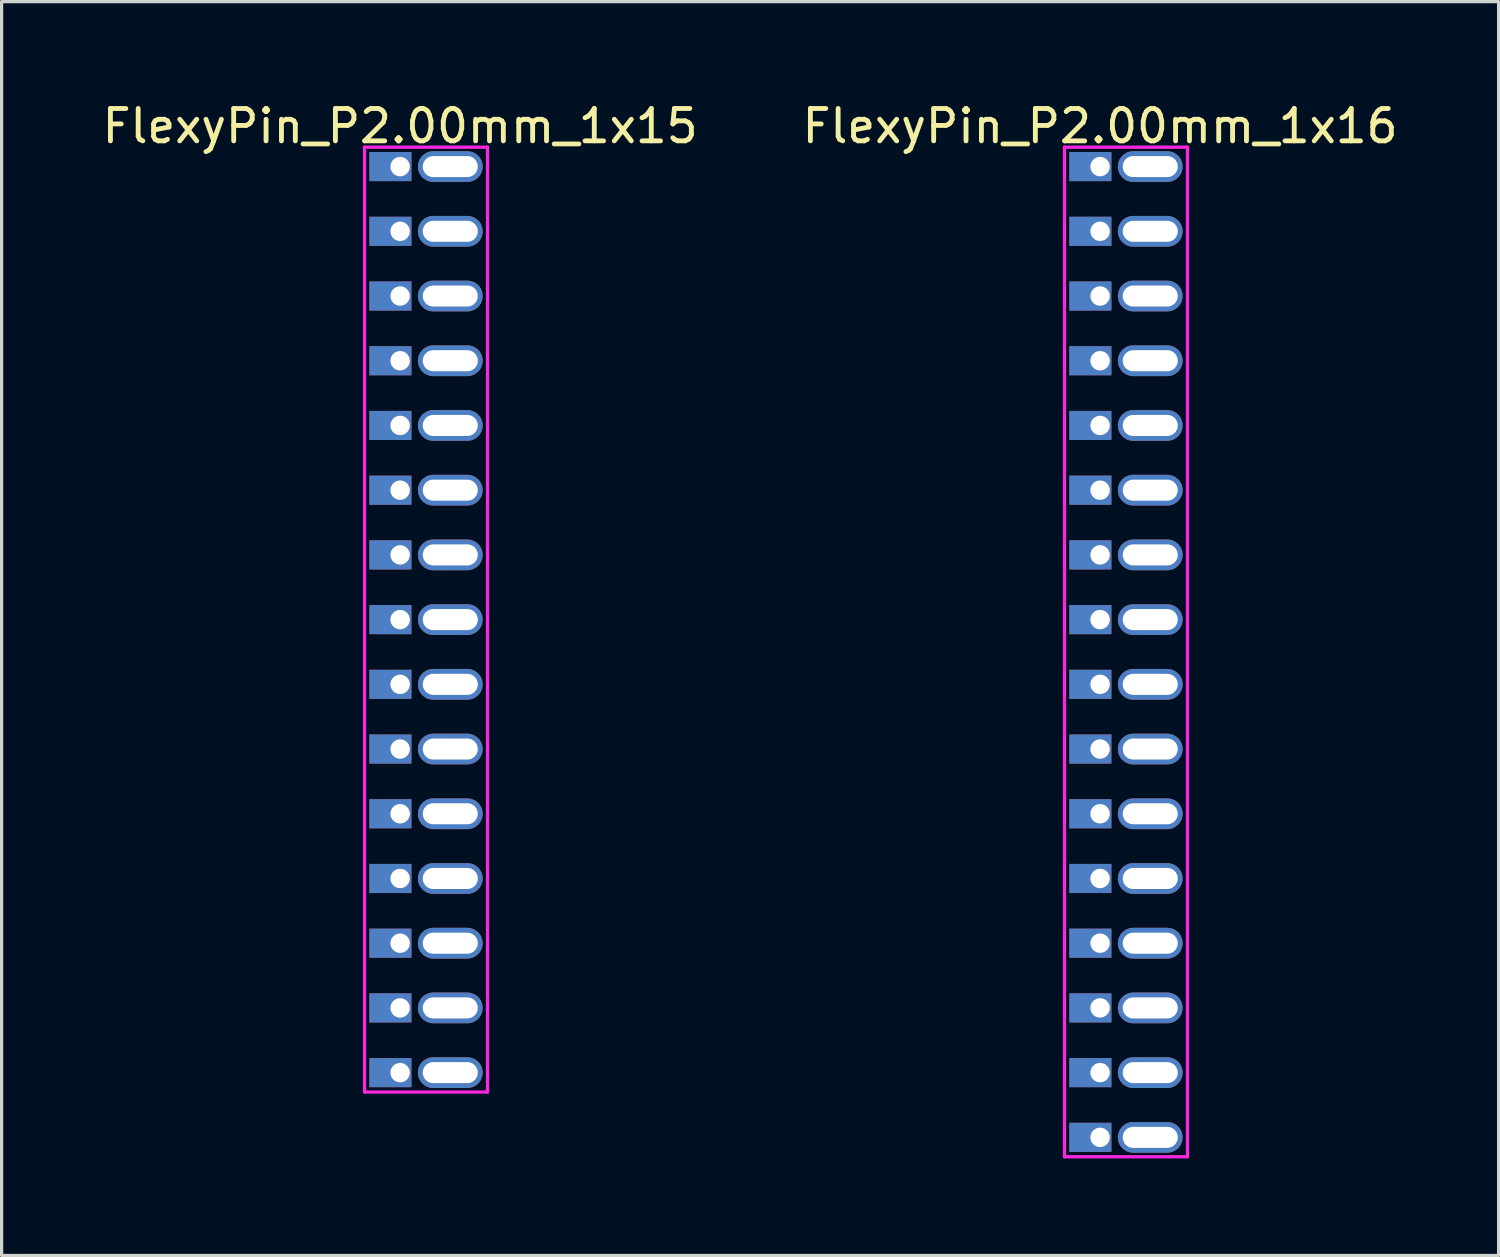
<source format=kicad_pcb>
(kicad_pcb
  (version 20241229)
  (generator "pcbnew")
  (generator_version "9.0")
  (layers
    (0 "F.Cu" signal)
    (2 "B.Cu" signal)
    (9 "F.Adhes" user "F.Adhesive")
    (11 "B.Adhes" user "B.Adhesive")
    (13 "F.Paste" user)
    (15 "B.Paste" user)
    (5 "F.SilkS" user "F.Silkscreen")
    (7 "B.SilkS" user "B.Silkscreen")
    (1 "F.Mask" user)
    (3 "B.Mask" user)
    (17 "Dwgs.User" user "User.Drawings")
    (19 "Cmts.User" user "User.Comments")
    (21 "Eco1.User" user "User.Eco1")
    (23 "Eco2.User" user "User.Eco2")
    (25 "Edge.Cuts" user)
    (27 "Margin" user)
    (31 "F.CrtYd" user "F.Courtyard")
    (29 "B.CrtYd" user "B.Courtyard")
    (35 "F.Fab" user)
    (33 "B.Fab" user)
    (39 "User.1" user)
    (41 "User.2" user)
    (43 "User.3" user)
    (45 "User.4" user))
  (footprint "FlexyPin_P2.00mm_1x15"
    (layer "F.Cu")
    (at 9.315 2.098)
    (property "Reference" "FlexyPin_P2.00mm_1x15" (at 0 -1.25 0) (layer "F.SilkS") (effects (font (size 1 1) (thickness 0.15))))
    (attr through_hole)
    (fp_line (start -1.1 -0.6) (end 2.7 -0.6) (stroke (width 0.1) (type solid)) (layer "F.CrtYd"))
    (fp_line (start -1.1 28.6) (end -1.1 -0.6) (stroke (width 0.1) (type solid)) (layer "F.CrtYd"))
    (fp_line (start 2.7 -0.6) (end 2.7 28.6) (stroke (width 0.1) (type solid)) (layer "F.CrtYd"))
    (fp_line (start 2.7 28.6) (end -1.1 28.6) (stroke (width 0.1) (type solid)) (layer "F.CrtYd"))
    (pad "" thru_hole oval (at 1.55 0) (size 2 0.95) (drill oval 1.7 0.65) (layers "*.Cu" "*.Mask"))
    (pad "" thru_hole oval (at 1.55 2) (size 2 0.95) (drill oval 1.7 0.65) (layers "*.Cu" "*.Mask"))
    (pad "" thru_hole oval (at 1.55 4) (size 2 0.95) (drill oval 1.7 0.65) (layers "*.Cu" "*.Mask"))
    (pad "" thru_hole oval (at 1.55 6) (size 2 0.95) (drill oval 1.7 0.65) (layers "*.Cu" "*.Mask"))
    (pad "" thru_hole oval (at 1.55 8) (size 2 0.95) (drill oval 1.7 0.65) (layers "*.Cu" "*.Mask"))
    (pad "" thru_hole oval (at 1.55 10) (size 2 0.95) (drill oval 1.7 0.65) (layers "*.Cu" "*.Mask"))
    (pad "" thru_hole oval (at 1.55 12) (size 2 0.95) (drill oval 1.7 0.65) (layers "*.Cu" "*.Mask"))
    (pad "" thru_hole oval (at 1.55 14) (size 2 0.95) (drill oval 1.7 0.65) (layers "*.Cu" "*.Mask"))
    (pad "" thru_hole oval (at 1.55 16) (size 2 0.95) (drill oval 1.7 0.65) (layers "*.Cu" "*.Mask"))
    (pad "" thru_hole oval (at 1.55 18) (size 2 0.95) (drill oval 1.7 0.65) (layers "*.Cu" "*.Mask"))
    (pad "" thru_hole oval (at 1.55 20) (size 2 0.95) (drill oval 1.7 0.65) (layers "*.Cu" "*.Mask"))
    (pad "" thru_hole oval (at 1.55 22) (size 2 0.95) (drill oval 1.7 0.65) (layers "*.Cu" "*.Mask"))
    (pad "" thru_hole oval (at 1.55 24) (size 2 0.95) (drill oval 1.7 0.65) (layers "*.Cu" "*.Mask"))
    (pad "" thru_hole oval (at 1.55 26) (size 2 0.95) (drill oval 1.7 0.65) (layers "*.Cu" "*.Mask"))
    (pad "" thru_hole oval (at 1.55 28) (size 2 0.95) (drill oval 1.7 0.65) (layers "*.Cu" "*.Mask"))
    (pad "1" thru_hole rect (at 0 0) (size 1.3 0.9) (drill 0.6 (offset -0.3 0)) (layers "*.Cu" "*.Mask"))
    (pad "2" thru_hole rect (at 0 2) (size 1.3 0.9) (drill 0.6 (offset -0.3 0)) (layers "*.Cu" "*.Mask"))
    (pad "3" thru_hole rect (at 0 4) (size 1.3 0.9) (drill 0.6 (offset -0.3 0)) (layers "*.Cu" "*.Mask"))
    (pad "4" thru_hole rect (at 0 6) (size 1.3 0.9) (drill 0.6 (offset -0.3 0)) (layers "*.Cu" "*.Mask"))
    (pad "5" thru_hole rect (at 0 8) (size 1.3 0.9) (drill 0.6 (offset -0.3 0)) (layers "*.Cu" "*.Mask"))
    (pad "6" thru_hole rect (at 0 10) (size 1.3 0.9) (drill 0.6 (offset -0.3 0)) (layers "*.Cu" "*.Mask"))
    (pad "7" thru_hole rect (at 0 12) (size 1.3 0.9) (drill 0.6 (offset -0.3 0)) (layers "*.Cu" "*.Mask"))
    (pad "8" thru_hole rect (at 0 14) (size 1.3 0.9) (drill 0.6 (offset -0.3 0)) (layers "*.Cu" "*.Mask"))
    (pad "9" thru_hole rect (at 0 16) (size 1.3 0.9) (drill 0.6 (offset -0.3 0)) (layers "*.Cu" "*.Mask"))
    (pad "10" thru_hole rect (at 0 18) (size 1.3 0.9) (drill 0.6 (offset -0.3 0)) (layers "*.Cu" "*.Mask"))
    (pad "11" thru_hole rect (at 0 20) (size 1.3 0.9) (drill 0.6 (offset -0.3 0)) (layers "*.Cu" "*.Mask"))
    (pad "12" thru_hole rect (at 0 22) (size 1.3 0.9) (drill 0.6 (offset -0.3 0)) (layers "*.Cu" "*.Mask"))
    (pad "13" thru_hole rect (at 0 24) (size 1.3 0.9) (drill 0.6 (offset -0.3 0)) (layers "*.Cu" "*.Mask"))
    (pad "14" thru_hole rect (at 0 26) (size 1.3 0.9) (drill 0.6 (offset -0.3 0)) (layers "*.Cu" "*.Mask"))
    (pad "15" thru_hole rect (at 0 28) (size 1.3 0.9) (drill 0.6 (offset -0.3 0)) (layers "*.Cu" "*.Mask")))
  (footprint "FlexyPin_P2.00mm_1x16"
    (layer "F.Cu")
    (at 30.946 2.098)
    (property "Reference" "FlexyPin_P2.00mm_1x16" (at 0 -1.25 0) (layer "F.SilkS") (effects (font (size 1 1) (thickness 0.15))))
    (attr through_hole)
    (fp_line (start -1.1 -0.6) (end 2.7 -0.6) (stroke (width 0.1) (type solid)) (layer "F.CrtYd"))
    (fp_line (start -1.1 30.6) (end -1.1 -0.6) (stroke (width 0.1) (type solid)) (layer "F.CrtYd"))
    (fp_line (start 2.7 -0.6) (end 2.7 30.6) (stroke (width 0.1) (type solid)) (layer "F.CrtYd"))
    (fp_line (start 2.7 30.6) (end -1.1 30.6) (stroke (width 0.1) (type solid)) (layer "F.CrtYd"))
    (pad "" thru_hole oval (at 1.55 0) (size 2 0.95) (drill oval 1.7 0.65) (layers "*.Cu" "*.Mask"))
    (pad "" thru_hole oval (at 1.55 2) (size 2 0.95) (drill oval 1.7 0.65) (layers "*.Cu" "*.Mask"))
    (pad "" thru_hole oval (at 1.55 4) (size 2 0.95) (drill oval 1.7 0.65) (layers "*.Cu" "*.Mask"))
    (pad "" thru_hole oval (at 1.55 6) (size 2 0.95) (drill oval 1.7 0.65) (layers "*.Cu" "*.Mask"))
    (pad "" thru_hole oval (at 1.55 8) (size 2 0.95) (drill oval 1.7 0.65) (layers "*.Cu" "*.Mask"))
    (pad "" thru_hole oval (at 1.55 10) (size 2 0.95) (drill oval 1.7 0.65) (layers "*.Cu" "*.Mask"))
    (pad "" thru_hole oval (at 1.55 12) (size 2 0.95) (drill oval 1.7 0.65) (layers "*.Cu" "*.Mask"))
    (pad "" thru_hole oval (at 1.55 14) (size 2 0.95) (drill oval 1.7 0.65) (layers "*.Cu" "*.Mask"))
    (pad "" thru_hole oval (at 1.55 16) (size 2 0.95) (drill oval 1.7 0.65) (layers "*.Cu" "*.Mask"))
    (pad "" thru_hole oval (at 1.55 18) (size 2 0.95) (drill oval 1.7 0.65) (layers "*.Cu" "*.Mask"))
    (pad "" thru_hole oval (at 1.55 20) (size 2 0.95) (drill oval 1.7 0.65) (layers "*.Cu" "*.Mask"))
    (pad "" thru_hole oval (at 1.55 22) (size 2 0.95) (drill oval 1.7 0.65) (layers "*.Cu" "*.Mask"))
    (pad "" thru_hole oval (at 1.55 24) (size 2 0.95) (drill oval 1.7 0.65) (layers "*.Cu" "*.Mask"))
    (pad "" thru_hole oval (at 1.55 26) (size 2 0.95) (drill oval 1.7 0.65) (layers "*.Cu" "*.Mask"))
    (pad "" thru_hole oval (at 1.55 28) (size 2 0.95) (drill oval 1.7 0.65) (layers "*.Cu" "*.Mask"))
    (pad "" thru_hole oval (at 1.55 30) (size 2 0.95) (drill oval 1.7 0.65) (layers "*.Cu" "*.Mask"))
    (pad "1" thru_hole rect (at 0 0) (size 1.3 0.9) (drill 0.6 (offset -0.3 0)) (layers "*.Cu" "*.Mask"))
    (pad "2" thru_hole rect (at 0 2) (size 1.3 0.9) (drill 0.6 (offset -0.3 0)) (layers "*.Cu" "*.Mask"))
    (pad "3" thru_hole rect (at 0 4) (size 1.3 0.9) (drill 0.6 (offset -0.3 0)) (layers "*.Cu" "*.Mask"))
    (pad "4" thru_hole rect (at 0 6) (size 1.3 0.9) (drill 0.6 (offset -0.3 0)) (layers "*.Cu" "*.Mask"))
    (pad "5" thru_hole rect (at 0 8) (size 1.3 0.9) (drill 0.6 (offset -0.3 0)) (layers "*.Cu" "*.Mask"))
    (pad "6" thru_hole rect (at 0 10) (size 1.3 0.9) (drill 0.6 (offset -0.3 0)) (layers "*.Cu" "*.Mask"))
    (pad "7" thru_hole rect (at 0 12) (size 1.3 0.9) (drill 0.6 (offset -0.3 0)) (layers "*.Cu" "*.Mask"))
    (pad "8" thru_hole rect (at 0 14) (size 1.3 0.9) (drill 0.6 (offset -0.3 0)) (layers "*.Cu" "*.Mask"))
    (pad "9" thru_hole rect (at 0 16) (size 1.3 0.9) (drill 0.6 (offset -0.3 0)) (layers "*.Cu" "*.Mask"))
    (pad "10" thru_hole rect (at 0 18) (size 1.3 0.9) (drill 0.6 (offset -0.3 0)) (layers "*.Cu" "*.Mask"))
    (pad "11" thru_hole rect (at 0 20) (size 1.3 0.9) (drill 0.6 (offset -0.3 0)) (layers "*.Cu" "*.Mask"))
    (pad "12" thru_hole rect (at 0 22) (size 1.3 0.9) (drill 0.6 (offset -0.3 0)) (layers "*.Cu" "*.Mask"))
    (pad "13" thru_hole rect (at 0 24) (size 1.3 0.9) (drill 0.6 (offset -0.3 0)) (layers "*.Cu" "*.Mask"))
    (pad "14" thru_hole rect (at 0 26) (size 1.3 0.9) (drill 0.6 (offset -0.3 0)) (layers "*.Cu" "*.Mask"))
    (pad "15" thru_hole rect (at 0 28) (size 1.3 0.9) (drill 0.6 (offset -0.3 0)) (layers "*.Cu" "*.Mask"))
    (pad "16" thru_hole rect (at 0 30) (size 1.3 0.9) (drill 0.6 (offset -0.3 0)) (layers "*.Cu" "*.Mask")))
  (gr_rect
    (start -3 -3)
    (end 43.262 35.748)
    (stroke (width 0.1) (type default))
    (fill no)
    (layer "Edge.Cuts")))
</source>
